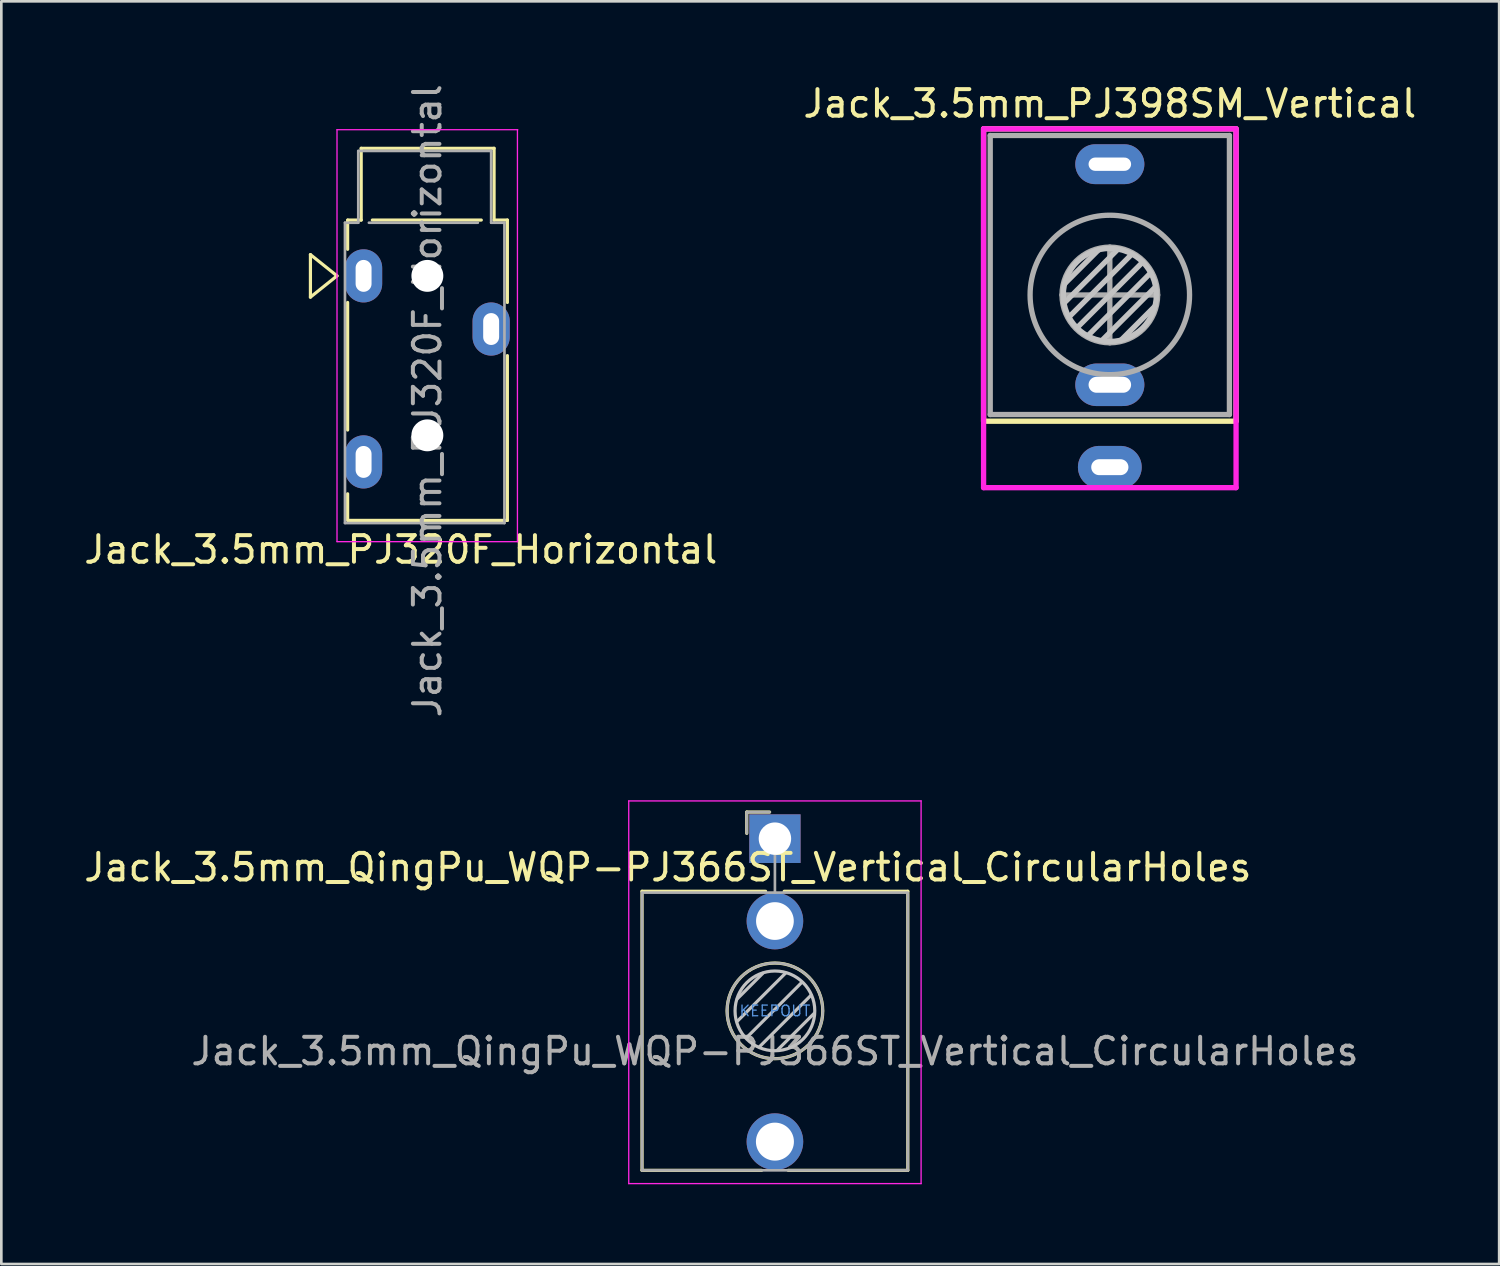
<source format=kicad_pcb>
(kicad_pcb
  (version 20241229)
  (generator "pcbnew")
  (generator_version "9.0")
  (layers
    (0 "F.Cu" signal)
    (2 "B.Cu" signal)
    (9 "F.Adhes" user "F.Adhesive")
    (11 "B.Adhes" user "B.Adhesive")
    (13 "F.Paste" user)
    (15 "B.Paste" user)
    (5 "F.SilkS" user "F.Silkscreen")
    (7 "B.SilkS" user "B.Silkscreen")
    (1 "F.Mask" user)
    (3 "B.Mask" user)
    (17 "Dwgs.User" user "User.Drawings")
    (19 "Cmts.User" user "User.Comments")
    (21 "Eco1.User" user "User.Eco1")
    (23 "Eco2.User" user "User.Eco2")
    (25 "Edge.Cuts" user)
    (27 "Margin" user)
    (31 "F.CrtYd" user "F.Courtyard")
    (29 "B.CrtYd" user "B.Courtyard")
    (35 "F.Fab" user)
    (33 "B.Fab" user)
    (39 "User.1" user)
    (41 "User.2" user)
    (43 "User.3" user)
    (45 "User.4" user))
  (footprint "Jack_3.5mm_PJ320F_Horizontal"
    (layer "F.Cu")
    (at 10.63 7.33)
    (property "Reference" "Jack_3.5mm_PJ320F_Horizontal" (at 1.4 10.3 0) (layer "F.SilkS") (effects (font (size 1 1) (thickness 0.15))))
    (attr through_hole)
    (fp_line (start -2 -0.8) (end -1 0) (stroke (width 0.12) (type solid)) (layer "F.SilkS"))
    (fp_line (start -2 0.8) (end -2 -0.8) (stroke (width 0.12) (type solid)) (layer "F.SilkS"))
    (fp_line (start -1 0) (end -2 0.8) (stroke (width 0.12) (type solid)) (layer "F.SilkS"))
    (fp_line (start -0.6 -2.1) (end -0.6 -1) (stroke (width 0.12) (type solid)) (layer "F.SilkS"))
    (fp_line (start -0.6 1) (end -0.6 5.8) (stroke (width 0.12) (type solid)) (layer "F.SilkS"))
    (fp_line (start -0.6 9.2) (end -0.6 8.2) (stroke (width 0.12) (type solid)) (layer "F.SilkS"))
    (fp_line (start -0.59 -2.1) (end -0.09 -2.1) (stroke (width 0.12) (type solid)) (layer "F.SilkS"))
    (fp_line (start -0.09 -4.8) (end 4.91 -4.8) (stroke (width 0.12) (type solid)) (layer "F.SilkS"))
    (fp_line (start -0.09 -2.1) (end -0.09 -4.8) (stroke (width 0.12) (type solid)) (layer "F.SilkS"))
    (fp_line (start 0.329 -2.1) (end 4.429 -2.1) (stroke (width 0.12) (type solid)) (layer "F.SilkS"))
    (fp_line (start 4.91 -4.8) (end 4.91 -2.1) (stroke (width 0.12) (type solid)) (layer "F.SilkS"))
    (fp_line (start 4.91 -2.1) (end 5.41 -2.1) (stroke (width 0.12) (type solid)) (layer "F.SilkS"))
    (fp_line (start 5.41 9.2) (end -0.59 9.2) (stroke (width 0.12) (type solid)) (layer "F.SilkS"))
    (fp_line (start 5.41 -2.1) (end 5.41 1) (stroke (width 0.12) (type solid)) (layer "F.SilkS"))
    (fp_line (start 5.41 3) (end 5.41 9.2) (stroke (width 0.12) (type solid)) (layer "F.SilkS"))
    (fp_line (start -1 -5.5) (end -1 10) (stroke (width 0.05) (type solid)) (layer "F.CrtYd"))
    (fp_line (start -1 -5.5) (end 5.8 -5.5) (stroke (width 0.05) (type solid)) (layer "F.CrtYd"))
    (fp_line (start -1 10) (end 5.8 10) (stroke (width 0.05) (type solid)) (layer "F.CrtYd"))
    (fp_line (start 5.789 -5.5) (end 5.789 10) (stroke (width 0.05) (type solid)) (layer "F.CrtYd"))
    (fp_line (start -0.7 -2) (end -0.2 -2) (stroke (width 0.1) (type solid)) (layer "F.Fab"))
    (fp_line (start -0.7 9.3) (end -0.7 -2) (stroke (width 0.1) (type solid)) (layer "F.Fab"))
    (fp_line (start -0.2 -4.7) (end 4.8 -4.7) (stroke (width 0.1) (type solid)) (layer "F.Fab"))
    (fp_line (start -0.2 -2) (end -0.2 -4.7) (stroke (width 0.1) (type solid)) (layer "F.Fab"))
    (fp_line (start 0.2 -2) (end 4.3 -2) (stroke (width 0.1) (type solid)) (layer "F.Fab"))
    (fp_line (start 4.8 -4.7) (end 4.8 -2) (stroke (width 0.1) (type solid)) (layer "F.Fab"))
    (fp_line (start 4.8 -2) (end 5.3 -2) (stroke (width 0.1) (type solid)) (layer "F.Fab"))
    (fp_line (start 5.3 -2) (end 5.3 9.3) (stroke (width 0.1) (type solid)) (layer "F.Fab"))
    (fp_line (start 5.3 9.3) (end -0.7 9.3) (stroke (width 0.1) (type solid)) (layer "F.Fab"))
    (fp_text user "${REFERENCE}" (at 2.4 4.7 90) (unlocked yes) (layer "F.Fab") (effects (font (size 1 1) (thickness 0.15))))
    (pad "" np_thru_hole circle (at 2.4 0 270) (size 1.2 1.2) (drill 1.2) (layers "*.Cu" "*.Mask"))
    (pad "" np_thru_hole circle (at 2.4 6 270) (size 1.2 1.2) (drill 1.2) (layers "*.Cu" "*.Mask"))
    (pad "R" thru_hole oval (at 4.8 2 270) (size 2 1.4) (drill oval 1.2 0.6) (layers "*.Cu" "*.Mask"))
    (pad "S" thru_hole oval (at 0 0 270) (size 2 1.4) (drill oval 1.2 0.6) (layers "*.Cu" "*.Mask"))
    (pad "T" thru_hole oval (at 0 7 270) (size 2 1.4) (drill oval 1.2 0.6) (layers "*.Cu" "*.Mask")))
  (footprint "Jack_3.5mm_QingPu_WQP-PJ366ST_Vertical_CircularHoles"
    (layer "F.Cu")
    (at 26.107 28.505)
    (property "Reference" "Jack_3.5mm_QingPu_WQP-PJ366ST_Vertical_CircularHoles" (at -4.03 1.08 180) (layer "F.SilkS") (effects (font (size 1 1) (thickness 0.15))))
    (attr through_hole)
    (fp_line (start -5 1.98) (end -5 12.48) (stroke (width 0.12) (type solid)) (layer "F.SilkS"))
    (fp_line (start -1.06 -1) (end -1.06 -0.2) (stroke (width 0.12) (type solid)) (layer "F.SilkS"))
    (fp_line (start -1.06 -1) (end -0.2 -1) (stroke (width 0.12) (type solid)) (layer "F.SilkS"))
    (fp_line (start -0.5 12.48) (end -5 12.48) (stroke (width 0.12) (type solid)) (layer "F.SilkS"))
    (fp_line (start -0.35 1.98) (end -5 1.98) (stroke (width 0.12) (type solid)) (layer "F.SilkS"))
    (fp_line (start 5 1.98) (end 0.35 1.98) (stroke (width 0.12) (type solid)) (layer "F.SilkS"))
    (fp_line (start 5 1.98) (end 5 12.48) (stroke (width 0.12) (type solid)) (layer "F.SilkS"))
    (fp_line (start 5 12.48) (end 0.5 12.48) (stroke (width 0.12) (type solid)) (layer "F.SilkS"))
    (fp_circle (center 0 6.48) (end 1.8 6.48) (stroke (width 0.12) (type solid)) (fill no) (layer "F.SilkS"))
    (fp_line (start -1.42 6.875) (end 0.4 5.06) (stroke (width 0.12) (type solid)) (layer "Dwgs.User"))
    (fp_line (start -1.41 6.02) (end -0.46 5.07) (stroke (width 0.12) (type solid)) (layer "Dwgs.User"))
    (fp_line (start -1.07 7.49) (end 1.01 5.41) (stroke (width 0.12) (type solid)) (layer "Dwgs.User"))
    (fp_line (start -0.58 7.83) (end 1.36 5.89) (stroke (width 0.12) (type solid)) (layer "Dwgs.User"))
    (fp_line (start 0.09 7.96) (end 1.48 6.57) (stroke (width 0.12) (type solid)) (layer "Dwgs.User"))
    (fp_circle (center 0 6.48) (end 1.5 6.48) (stroke (width 0.12) (type solid)) (fill no) (layer "Dwgs.User"))
    (fp_line (start -5.5 12.98) (end -5.5 -1.42) (stroke (width 0.05) (type solid)) (layer "F.CrtYd"))
    (fp_line (start 5.5 -1.42) (end -5.5 -1.42) (stroke (width 0.05) (type solid)) (layer "F.CrtYd"))
    (fp_line (start 5.5 12.98) (end -5.5 12.98) (stroke (width 0.05) (type solid)) (layer "F.CrtYd"))
    (fp_line (start 5.5 12.98) (end 5.5 -1.42) (stroke (width 0.05) (type solid)) (layer "F.CrtYd"))
    (fp_line (start -5 12.48) (end -5 2.08) (stroke (width 0.1) (type solid)) (layer "F.Fab"))
    (fp_line (start -1.06 -1) (end -1.06 -0.2) (stroke (width 0.1) (type solid)) (layer "F.Fab"))
    (fp_line (start -1.06 -1) (end -0.2 -1) (stroke (width 0.1) (type solid)) (layer "F.Fab"))
    (fp_line (start 0 0) (end 0 2.03) (stroke (width 0.1) (type solid)) (layer "F.Fab"))
    (fp_line (start 5 2.03) (end -5 2.03) (stroke (width 0.1) (type solid)) (layer "F.Fab"))
    (fp_line (start 5 12.48) (end -5 12.48) (stroke (width 0.1) (type solid)) (layer "F.Fab"))
    (fp_line (start 5 12.48) (end 5 2.08) (stroke (width 0.1) (type solid)) (layer "F.Fab"))
    (fp_circle (center 0 6.48) (end 1.8 6.48) (stroke (width 0.1) (type solid)) (fill no) (layer "F.Fab"))
    (fp_text user "KEEPOUT" (at 0 6.48 0) (layer "Cmts.User") (effects (font (size 0.4 0.4) (thickness 0.051))))
    (fp_text user "${REFERENCE}" (at 0 8 180) (layer "F.Fab") (effects (font (size 1 1) (thickness 0.15))))
    (pad "R" thru_hole circle (at 0 3.1 180) (size 2.13 2.13) (drill 1.42) (layers "*.Cu" "*.Mask"))
    (pad "S" thru_hole rect (at 0 0 180) (size 1.93 1.83) (drill 1.22) (layers "*.Cu" "*.Mask"))
    (pad "T" thru_hole circle (at 0 11.4 180) (size 2.13 2.13) (drill 1.43) (layers "*.Cu" "*.Mask")))
  (footprint "Jack_3.5mm_PJ398SM_Vertical"
    (layer "F.Cu")
    (at 38.708 8.048)
    (property "Reference" "Jack_3.5mm_PJ398SM_Vertical" (at 0 -7.2 0) (layer "F.SilkS") (effects (font (size 1 1) (thickness 0.15))))
    (attr through_hole)
    (fp_line (start -4.75 -6.25) (end -4.75 4.75) (stroke (width 0.2) (type solid)) (layer "F.SilkS"))
    (fp_line (start -4.75 4.75) (end 4.75 4.75) (stroke (width 0.2) (type solid)) (layer "F.SilkS"))
    (fp_line (start 4.75 -6.25) (end -4.75 -6.25) (stroke (width 0.2) (type solid)) (layer "F.SilkS"))
    (fp_line (start 4.75 4.75) (end 4.75 -6.25) (stroke (width 0.2) (type solid)) (layer "F.SilkS"))
    (fp_line (start -0.423 -1.698) (end -1.698 -0.423) (stroke (width 0.2) (type solid)) (layer "Dwgs.User"))
    (fp_line (start 0.308 -1.723) (end -1.723 0.308) (stroke (width 0.2) (type solid)) (layer "Dwgs.User"))
    (fp_line (start 0.832 -1.539) (end -1.539 0.832) (stroke (width 0.2) (type solid)) (layer "Dwgs.User"))
    (fp_line (start 1.237 -1.237) (end -1.237 1.237) (stroke (width 0.2) (type solid)) (layer "Dwgs.User"))
    (fp_line (start 1.539 -0.832) (end -0.832 1.539) (stroke (width 0.2) (type solid)) (layer "Dwgs.User"))
    (fp_line (start 1.698 0.423) (end 0.423 1.698) (stroke (width 0.2) (type solid)) (layer "Dwgs.User"))
    (fp_line (start 1.723 -0.308) (end -0.308 1.723) (stroke (width 0.2) (type solid)) (layer "Dwgs.User"))
    (fp_circle (center 0 0) (end 1.75 0) (stroke (width 0.2) (type solid)) (fill no) (layer "Dwgs.User"))
    (fp_line (start -4.75 -6.25) (end -4.75 7.25) (stroke (width 0.2) (type solid)) (layer "F.CrtYd"))
    (fp_line (start -4.75 7.25) (end 4.75 7.25) (stroke (width 0.2) (type solid)) (layer "F.CrtYd"))
    (fp_line (start 4.75 -6.25) (end -4.75 -6.25) (stroke (width 0.2) (type solid)) (layer "F.CrtYd"))
    (fp_line (start 4.75 7.25) (end 4.75 -6.25) (stroke (width 0.2) (type solid)) (layer "F.CrtYd"))
    (fp_line (start -4.5 -6) (end -4.5 4.5) (stroke (width 0.2) (type solid)) (layer "F.Fab"))
    (fp_line (start -4.5 4.5) (end 4.5 4.5) (stroke (width 0.2) (type solid)) (layer "F.Fab"))
    (fp_line (start 0 -1.8) (end 0 1.8) (stroke (width 0.2) (type solid)) (layer "F.Fab"))
    (fp_line (start 1.8 0) (end -1.8 0) (stroke (width 0.2) (type solid)) (layer "F.Fab"))
    (fp_line (start 4.5 -6) (end -4.5 -6) (stroke (width 0.2) (type solid)) (layer "F.Fab"))
    (fp_line (start 4.5 4.5) (end 4.5 -6) (stroke (width 0.2) (type solid)) (layer "F.Fab"))
    (fp_circle (center 0 0) (end 1.8 0) (stroke (width 0.2) (type solid)) (fill no) (layer "F.Fab"))
    (fp_circle (center 0 0) (end 3 0) (stroke (width 0.2) (type solid)) (fill no) (layer "F.Fab"))
    (pad "S" thru_hole oval (at 0 6.48) (size 2.4 1.6) (drill oval 1.4 0.6) (layers "*.Cu" "*.Mask"))
    (pad "T" thru_hole oval (at 0 -4.92) (size 2.6 1.5) (drill oval 1.6 0.5) (layers "*.Cu" "*.Mask"))
    (pad "TN" thru_hole oval (at 0 3.38) (size 2.6 1.6) (drill oval 1.6 0.6) (layers "*.Cu" "*.Mask")))
  (gr_rect
    (start -3 -3)
    (end 53.357 44.51)
    (stroke (width 0.1) (type default))
    (fill no)
    (layer "Edge.Cuts")))
</source>
